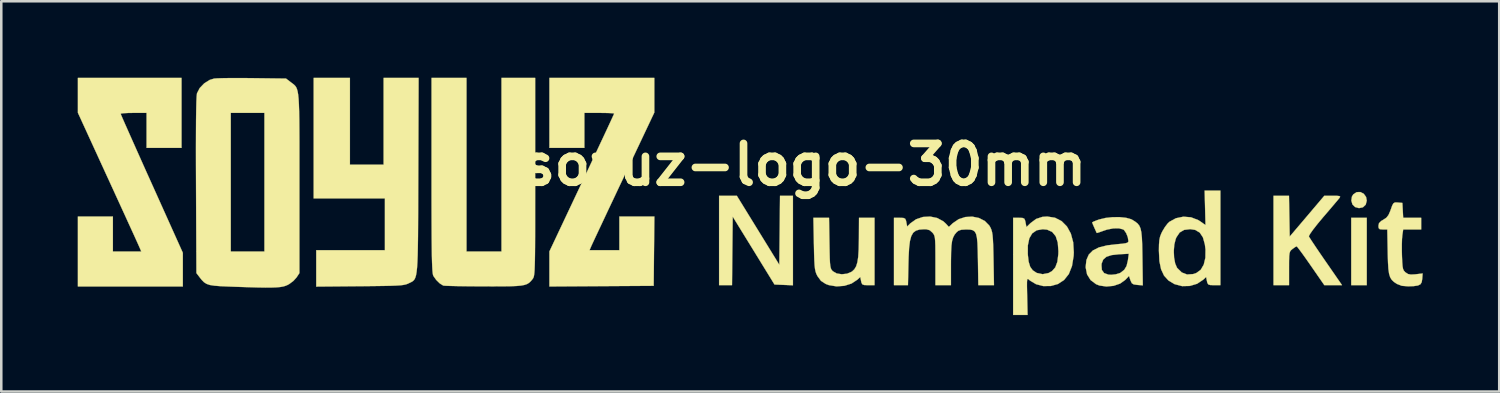
<source format=kicad_pcb>
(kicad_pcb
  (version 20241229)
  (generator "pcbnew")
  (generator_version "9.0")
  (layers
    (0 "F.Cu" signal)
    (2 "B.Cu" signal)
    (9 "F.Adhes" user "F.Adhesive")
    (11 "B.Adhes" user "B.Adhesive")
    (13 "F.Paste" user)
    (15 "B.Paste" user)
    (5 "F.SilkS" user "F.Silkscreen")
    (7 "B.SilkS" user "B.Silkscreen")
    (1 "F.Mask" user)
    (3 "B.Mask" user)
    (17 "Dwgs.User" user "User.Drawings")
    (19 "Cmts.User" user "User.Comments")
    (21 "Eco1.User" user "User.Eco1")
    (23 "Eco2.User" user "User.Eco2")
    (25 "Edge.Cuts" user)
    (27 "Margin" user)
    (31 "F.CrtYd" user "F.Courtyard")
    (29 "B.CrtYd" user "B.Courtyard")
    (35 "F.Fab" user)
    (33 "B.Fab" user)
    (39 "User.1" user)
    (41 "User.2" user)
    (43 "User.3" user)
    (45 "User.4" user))
  (footprint "soyuz-logo-30mm"
    (layer "F.Cu")
    (at 28.504 3.409)
    (property "Reference" "soyuz-logo-30mm" (at 0 0 0) (layer "F.SilkS") (effects (font (size 1.524 1.524) (thickness 0.3))))
    (attr through_hole)
    (fp_poly (pts (xy 22.047 4.724) (xy 21.438 4.724) (xy 21.438 2.083) (xy 22.047 2.083) (xy 22.047 4.724)) (stroke (width 0.01) (type solid)) (fill yes) (layer "F.SilkS"))
    (fp_poly (pts (xy 21.929 1.139) (xy 22.02 1.265) (xy 22.047 1.407) (xy 22.006 1.568) (xy 21.896 1.671) (xy 21.743 1.703) (xy 21.59 1.661) (xy 21.486 1.559) (xy 21.442 1.41) (xy 21.464 1.254) (xy 21.518 1.164) (xy 21.652 1.076) (xy 21.798 1.072) (xy 21.929 1.139)) (stroke (width 0.01) (type solid)) (fill yes) (layer "F.SilkS"))
    (fp_poly (pts (xy -0.991 3.925) (xy -0.977 2.572) (xy -0.964 1.219) (xy -0.457 1.219) (xy -0.457 4.729) (xy -0.818 4.714) (xy -1.18 4.699) (xy -1.999 3.367) (xy -2.819 2.036) (xy -2.833 3.38) (xy -2.846 4.724) (xy -3.353 4.724) (xy -3.353 1.219) (xy -2.657 1.219) (xy -0.991 3.925)) (stroke (width 0.01) (type solid)) (fill yes) (layer "F.SilkS"))
    (fp_poly (pts (xy -24.435 -0.66) (xy -25.806 -0.66) (xy -25.806 -2.032) (xy -26.314 -2.032) (xy -26.528 -2.029) (xy -26.697 -2.02) (xy -26.8 -2.008) (xy -26.822 -1.997) (xy -26.802 -1.946) (xy -26.744 -1.81) (xy -26.651 -1.599) (xy -26.527 -1.319) (xy -26.376 -0.98) (xy -26.202 -0.589) (xy -26.008 -0.155) (xy -25.798 0.314) (xy -25.603 0.746) (xy -24.384 3.455) (xy -24.384 4.775) (xy -28.499 4.775) (xy -28.499 2.032) (xy -27.127 2.032) (xy -27.127 3.404) (xy -26.013 3.404) (xy -26.107 3.188) (xy -26.146 3.101) (xy -26.223 2.931) (xy -26.333 2.688) (xy -26.474 2.381) (xy -26.639 2.019) (xy -26.826 1.611) (xy -27.029 1.168) (xy -27.244 0.698) (xy -27.35 0.468) (xy -28.499 -2.037) (xy -28.499 -3.404) (xy -24.435 -3.404) (xy -24.435 -0.66)) (stroke (width 0.01) (type solid)) (fill yes) (layer "F.SilkS"))
    (fp_poly (pts (xy -5.893 -2.047) (xy -7.092 0.488) (xy -7.319 0.967) (xy -7.534 1.423) (xy -7.734 1.845) (xy -7.913 2.227) (xy -8.069 2.557) (xy -8.196 2.828) (xy -8.29 3.03) (xy -8.348 3.155) (xy -8.363 3.188) (xy -8.434 3.353) (xy -7.264 3.353) (xy -7.264 2.032) (xy -5.891 2.032) (xy -5.905 3.391) (xy -5.918 4.75) (xy -10.008 4.776) (xy -10.008 3.403) (xy -8.738 0.711) (xy -8.507 0.222) (xy -8.29 -0.239) (xy -8.091 -0.664) (xy -7.912 -1.045) (xy -7.758 -1.374) (xy -7.633 -1.643) (xy -7.541 -1.843) (xy -7.484 -1.967) (xy -7.468 -2.006) (xy -7.515 -2.016) (xy -7.644 -2.025) (xy -7.835 -2.03) (xy -8.052 -2.032) (xy -8.636 -2.032) (xy -8.636 -0.66) (xy -10.008 -0.66) (xy -10.008 -3.404) (xy -5.893 -3.404) (xy -5.893 -2.047)) (stroke (width 0.01) (type solid)) (fill yes) (layer "F.SilkS"))
    (fp_poly (pts (xy -15.15 0.419) (xy -15.153 1.155) (xy -15.155 1.797) (xy -15.158 2.35) (xy -15.161 2.823) (xy -15.167 3.221) (xy -15.174 3.551) (xy -15.185 3.821) (xy -15.198 4.037) (xy -15.216 4.205) (xy -15.238 4.334) (xy -15.266 4.429) (xy -15.299 4.497) (xy -15.339 4.545) (xy -15.385 4.581) (xy -15.439 4.61) (xy -15.501 4.639) (xy -15.519 4.648) (xy -15.58 4.676) (xy -15.649 4.698) (xy -15.736 4.716) (xy -15.853 4.73) (xy -16.012 4.74) (xy -16.224 4.748) (xy -16.5 4.754) (xy -16.852 4.759) (xy -17.29 4.764) (xy -17.437 4.765) (xy -19.152 4.78) (xy -19.152 3.353) (xy -16.459 3.353) (xy -16.459 1.321) (xy -19.253 1.321) (xy -19.253 -3.404) (xy -17.831 -3.404) (xy -17.831 0) (xy -16.51 0) (xy -16.51 -3.404) (xy -15.823 -3.404) (xy -15.137 -3.404) (xy -15.15 0.419)) (stroke (width 0.01) (type solid)) (fill yes) (layer "F.SilkS"))
    (fp_poly (pts (xy 19.011 2.019) (xy 19.025 2.818) (xy 19.704 2.019) (xy 20.382 1.219) (xy 20.713 1.219) (xy 20.888 1.221) (xy 20.98 1.232) (xy 21.004 1.256) (xy 20.98 1.3) (xy 20.974 1.308) (xy 20.919 1.375) (xy 20.81 1.504) (xy 20.66 1.681) (xy 20.481 1.891) (xy 20.327 2.07) (xy 20.122 2.316) (xy 19.957 2.525) (xy 19.842 2.685) (xy 19.783 2.787) (xy 19.778 2.815) (xy 19.814 2.876) (xy 19.899 3.007) (xy 20.025 3.196) (xy 20.182 3.428) (xy 20.362 3.691) (xy 20.441 3.805) (xy 21.077 4.724) (xy 20.383 4.724) (xy 19.856 3.963) (xy 19.687 3.721) (xy 19.537 3.51) (xy 19.415 3.345) (xy 19.332 3.237) (xy 19.298 3.201) (xy 19.241 3.229) (xy 19.143 3.298) (xy 19.133 3.306) (xy 19.078 3.352) (xy 19.041 3.402) (xy 19.018 3.476) (xy 19.005 3.591) (xy 19 3.766) (xy 18.999 4.022) (xy 18.999 4.068) (xy 18.999 4.724) (xy 18.39 4.724) (xy 18.39 1.219) (xy 18.997 1.219) (xy 19.011 2.019)) (stroke (width 0.01) (type solid)) (fill yes) (layer "F.SilkS"))
    (fp_poly (pts (xy 0.975 3.072) (xy 0.981 3.413) (xy 0.987 3.668) (xy 0.996 3.851) (xy 1.01 3.977) (xy 1.029 4.061) (xy 1.056 4.118) (xy 1.092 4.162) (xy 1.106 4.177) (xy 1.258 4.265) (xy 1.458 4.297) (xy 1.668 4.274) (xy 1.851 4.195) (xy 1.863 4.186) (xy 1.953 4.1) (xy 2.022 3.985) (xy 2.07 3.828) (xy 2.103 3.615) (xy 2.121 3.331) (xy 2.129 2.962) (xy 2.13 2.883) (xy 2.134 2.083) (xy 2.743 2.083) (xy 2.743 4.724) (xy 2.496 4.724) (xy 2.346 4.72) (xy 2.268 4.695) (xy 2.232 4.633) (xy 2.216 4.564) (xy 2.184 4.403) (xy 2.069 4.51) (xy 1.84 4.661) (xy 1.558 4.75) (xy 1.253 4.772) (xy 0.955 4.723) (xy 0.828 4.676) (xy 0.641 4.554) (xy 0.505 4.369) (xy 0.5 4.36) (xy 0.46 4.278) (xy 0.431 4.193) (xy 0.409 4.088) (xy 0.393 3.948) (xy 0.382 3.757) (xy 0.373 3.497) (xy 0.366 3.154) (xy 0.365 3.111) (xy 0.345 2.083) (xy 0.959 2.083) (xy 0.975 3.072)) (stroke (width 0.01) (type solid)) (fill yes) (layer "F.SilkS"))
    (fp_poly (pts (xy 23.266 1.484) (xy 23.444 1.499) (xy 23.475 2.083) (xy 24.181 2.083) (xy 24.181 2.54) (xy 23.476 2.54) (xy 23.442 2.768) (xy 23.429 2.915) (xy 23.423 3.13) (xy 23.423 3.381) (xy 23.427 3.56) (xy 23.437 3.809) (xy 23.45 3.977) (xy 23.47 4.086) (xy 23.502 4.156) (xy 23.55 4.209) (xy 23.572 4.227) (xy 23.668 4.288) (xy 23.779 4.309) (xy 23.946 4.3) (xy 23.968 4.297) (xy 24.238 4.266) (xy 24.222 4.48) (xy 24.202 4.607) (xy 24.152 4.69) (xy 24.053 4.738) (xy 23.888 4.762) (xy 23.673 4.77) (xy 23.422 4.75) (xy 23.231 4.676) (xy 23.231 4.676) (xy 23.115 4.599) (xy 23.028 4.517) (xy 22.966 4.416) (xy 22.923 4.279) (xy 22.896 4.092) (xy 22.88 3.837) (xy 22.87 3.499) (xy 22.869 3.419) (xy 22.852 2.54) (xy 22.678 2.54) (xy 22.56 2.531) (xy 22.513 2.486) (xy 22.505 2.4) (xy 22.527 2.293) (xy 22.612 2.208) (xy 22.695 2.159) (xy 22.815 2.08) (xy 22.898 1.975) (xy 22.97 1.811) (xy 22.987 1.763) (xy 23.045 1.601) (xy 23.093 1.515) (xy 23.151 1.482) (xy 23.242 1.482) (xy 23.266 1.484)) (stroke (width 0.01) (type solid)) (fill yes) (layer "F.SilkS"))
    (fp_poly (pts (xy -13.259 3.404) (xy -11.887 3.404) (xy -11.887 -3.404) (xy -10.566 -3.404) (xy -10.566 0.476) (xy -10.566 1.195) (xy -10.567 1.82) (xy -10.567 2.357) (xy -10.568 2.813) (xy -10.57 3.195) (xy -10.573 3.511) (xy -10.577 3.767) (xy -10.583 3.969) (xy -10.589 4.126) (xy -10.598 4.244) (xy -10.608 4.329) (xy -10.62 4.389) (xy -10.635 4.431) (xy -10.652 4.462) (xy -10.671 4.489) (xy -10.672 4.49) (xy -10.737 4.568) (xy -10.802 4.63) (xy -10.879 4.678) (xy -10.98 4.714) (xy -11.117 4.74) (xy -11.301 4.757) (xy -11.544 4.767) (xy -11.857 4.771) (xy -12.252 4.772) (xy -12.583 4.771) (xy -12.968 4.769) (xy -13.322 4.766) (xy -13.632 4.761) (xy -13.884 4.755) (xy -14.065 4.749) (xy -14.162 4.742) (xy -14.173 4.739) (xy -14.305 4.658) (xy -14.445 4.522) (xy -14.554 4.368) (xy -14.559 4.359) (xy -14.573 4.318) (xy -14.585 4.25) (xy -14.595 4.146) (xy -14.603 4) (xy -14.611 3.806) (xy -14.617 3.558) (xy -14.621 3.248) (xy -14.625 2.871) (xy -14.627 2.42) (xy -14.629 1.887) (xy -14.63 1.267) (xy -14.63 0.554) (xy -14.63 0.409) (xy -14.63 -3.404) (xy -13.259 -3.404) (xy -13.259 3.404)) (stroke (width 0.01) (type solid)) (fill yes) (layer "F.SilkS"))
    (fp_poly (pts (xy 9.821 2.08) (xy 10.081 2.213) (xy 10.289 2.423) (xy 10.442 2.702) (xy 10.534 3.044) (xy 10.558 3.44) (xy 10.551 3.581) (xy 10.487 3.974) (xy 10.363 4.287) (xy 10.176 4.522) (xy 9.935 4.679) (xy 9.654 4.758) (xy 9.357 4.759) (xy 9.076 4.686) (xy 8.838 4.543) (xy 8.814 4.522) (xy 8.775 4.487) (xy 8.747 4.479) (xy 8.73 4.51) (xy 8.722 4.596) (xy 8.721 4.748) (xy 8.725 4.981) (xy 8.729 5.159) (xy 8.745 5.893) (xy 8.179 5.893) (xy 8.179 3.52) (xy 8.754 3.52) (xy 8.786 3.801) (xy 8.847 4.002) (xy 8.947 4.141) (xy 9.094 4.238) (xy 9.11 4.246) (xy 9.336 4.294) (xy 9.566 4.25) (xy 9.703 4.173) (xy 9.831 4.028) (xy 9.913 3.81) (xy 9.951 3.51) (xy 9.954 3.389) (xy 9.929 3.055) (xy 9.848 2.805) (xy 9.709 2.636) (xy 9.51 2.547) (xy 9.338 2.531) (xy 9.103 2.572) (xy 8.928 2.691) (xy 8.813 2.888) (xy 8.755 3.167) (xy 8.754 3.52) (xy 8.179 3.52) (xy 8.179 2.083) (xy 8.405 2.083) (xy 8.546 2.088) (xy 8.617 2.118) (xy 8.651 2.196) (xy 8.665 2.264) (xy 8.7 2.446) (xy 8.858 2.293) (xy 9.08 2.127) (xy 9.327 2.046) (xy 9.516 2.033) (xy 9.821 2.08)) (stroke (width 0.01) (type solid)) (fill yes) (layer "F.SilkS"))
    (fp_poly (pts (xy 16.307 4.724) (xy 16.059 4.724) (xy 15.91 4.72) (xy 15.832 4.695) (xy 15.795 4.633) (xy 15.779 4.564) (xy 15.747 4.403) (xy 15.633 4.51) (xy 15.392 4.67) (xy 15.107 4.755) (xy 14.806 4.762) (xy 14.516 4.686) (xy 14.501 4.68) (xy 14.268 4.539) (xy 14.097 4.35) (xy 13.981 4.102) (xy 13.915 3.784) (xy 13.896 3.388) (xy 14.479 3.388) (xy 14.491 3.647) (xy 14.534 3.876) (xy 14.606 4.042) (xy 14.611 4.049) (xy 14.792 4.226) (xy 14.999 4.306) (xy 15.236 4.29) (xy 15.365 4.246) (xy 15.536 4.121) (xy 15.654 3.919) (xy 15.718 3.651) (xy 15.723 3.328) (xy 15.698 3.126) (xy 15.622 2.851) (xy 15.497 2.663) (xy 15.318 2.557) (xy 15.124 2.528) (xy 14.885 2.557) (xy 14.71 2.659) (xy 14.583 2.846) (xy 14.553 2.916) (xy 14.499 3.134) (xy 14.479 3.388) (xy 13.896 3.388) (xy 13.895 3.383) (xy 13.895 3.378) (xy 13.899 3.132) (xy 13.913 2.957) (xy 13.941 2.822) (xy 13.989 2.697) (xy 14.033 2.609) (xy 14.133 2.443) (xy 14.242 2.301) (xy 14.302 2.243) (xy 14.562 2.1) (xy 14.855 2.039) (xy 15.155 2.063) (xy 15.436 2.171) (xy 15.511 2.218) (xy 15.723 2.368) (xy 15.706 1.692) (xy 15.689 1.016) (xy 16.307 1.016) (xy 16.307 4.724)) (stroke (width 0.01) (type solid)) (fill yes) (layer "F.SilkS"))
    (fp_poly (pts (xy -21.919 -3.397) (xy -21.637 -3.394) (xy -20.337 -3.378) (xy -20.151 -3.236) (xy -20.087 -3.188) (xy -20.031 -3.145) (xy -19.984 -3.1) (xy -19.943 -3.045) (xy -19.91 -2.973) (xy -19.883 -2.877) (xy -19.861 -2.749) (xy -19.844 -2.582) (xy -19.832 -2.369) (xy -19.823 -2.102) (xy -19.817 -1.775) (xy -19.814 -1.379) (xy -19.812 -0.909) (xy -19.812 -0.355) (xy -19.812 0.288) (xy -19.812 0.727) (xy -19.812 4.252) (xy -19.927 4.425) (xy -20.045 4.555) (xy -20.205 4.676) (xy -20.268 4.712) (xy -20.348 4.747) (xy -20.44 4.775) (xy -20.555 4.796) (xy -20.703 4.81) (xy -20.895 4.817) (xy -21.141 4.819) (xy -21.451 4.814) (xy -21.837 4.803) (xy -22.308 4.788) (xy -22.581 4.778) (xy -22.906 4.764) (xy -23.148 4.745) (xy -23.325 4.717) (xy -23.454 4.673) (xy -23.555 4.608) (xy -23.644 4.517) (xy -23.709 4.436) (xy -23.851 4.25) (xy -23.866 0.817) (xy -23.869 0.02) (xy -23.87 -0.676) (xy -23.868 -1.272) (xy -23.865 -1.77) (xy -23.861 -2.032) (xy -22.504 -2.032) (xy -22.504 3.404) (xy -21.184 3.404) (xy -21.184 -2.032) (xy -22.504 -2.032) (xy -23.861 -2.032) (xy -23.859 -2.169) (xy -23.852 -2.472) (xy -23.842 -2.679) (xy -23.83 -2.79) (xy -23.828 -2.801) (xy -23.722 -3.006) (xy -23.546 -3.189) (xy -23.332 -3.324) (xy -23.156 -3.378) (xy -23.045 -3.386) (xy -22.849 -3.393) (xy -22.585 -3.397) (xy -22.269 -3.398) (xy -21.919 -3.397)) (stroke (width 0.01) (type solid)) (fill yes) (layer "F.SilkS"))
    (fp_poly (pts (xy 5.199 2.09) (xy 5.44 2.22) (xy 5.534 2.306) (xy 5.658 2.44) (xy 5.813 2.294) (xy 6.043 2.137) (xy 6.305 2.052) (xy 6.577 2.037) (xy 6.839 2.09) (xy 7.069 2.208) (xy 7.245 2.388) (xy 7.289 2.464) (xy 7.324 2.545) (xy 7.351 2.639) (xy 7.371 2.76) (xy 7.385 2.926) (xy 7.396 3.151) (xy 7.404 3.452) (xy 7.409 3.696) (xy 7.427 4.724) (xy 6.813 4.724) (xy 6.798 3.739) (xy 6.79 3.36) (xy 6.779 3.071) (xy 6.758 2.859) (xy 6.724 2.713) (xy 6.671 2.62) (xy 6.595 2.568) (xy 6.492 2.545) (xy 6.355 2.54) (xy 6.326 2.54) (xy 6.146 2.551) (xy 6.028 2.593) (xy 5.956 2.654) (xy 5.88 2.748) (xy 5.824 2.856) (xy 5.784 2.993) (xy 5.759 3.176) (xy 5.746 3.421) (xy 5.741 3.746) (xy 5.74 3.89) (xy 5.74 4.724) (xy 5.131 4.724) (xy 5.131 3.762) (xy 5.13 3.426) (xy 5.128 3.176) (xy 5.121 2.997) (xy 5.11 2.873) (xy 5.091 2.789) (xy 5.064 2.729) (xy 5.026 2.678) (xy 5.014 2.664) (xy 4.906 2.569) (xy 4.774 2.533) (xy 4.686 2.531) (xy 4.506 2.544) (xy 4.366 2.586) (xy 4.26 2.667) (xy 4.184 2.799) (xy 4.132 2.993) (xy 4.099 3.26) (xy 4.08 3.611) (xy 4.073 3.848) (xy 4.054 4.724) (xy 3.505 4.724) (xy 3.505 2.083) (xy 3.731 2.083) (xy 3.872 2.088) (xy 3.944 2.118) (xy 3.978 2.194) (xy 3.99 2.254) (xy 4.022 2.425) (xy 4.145 2.302) (xy 4.373 2.14) (xy 4.641 2.05) (xy 4.925 2.034) (xy 5.199 2.09)) (stroke (width 0.01) (type solid)) (fill yes) (layer "F.SilkS"))
    (fp_poly (pts (xy 12.607 2.083) (xy 12.805 2.138) (xy 12.847 2.159) (xy 12.966 2.233) (xy 13.058 2.305) (xy 13.127 2.391) (xy 13.175 2.503) (xy 13.207 2.656) (xy 13.228 2.864) (xy 13.24 3.141) (xy 13.247 3.501) (xy 13.249 3.639) (xy 13.264 4.731) (xy 13.05 4.715) (xy 12.909 4.695) (xy 12.833 4.648) (xy 12.785 4.547) (xy 12.779 4.532) (xy 12.723 4.364) (xy 12.575 4.519) (xy 12.373 4.663) (xy 12.116 4.751) (xy 11.837 4.777) (xy 11.567 4.739) (xy 11.431 4.686) (xy 11.217 4.525) (xy 11.078 4.302) (xy 11.024 4.032) (xy 11.024 4.003) (xy 11.031 3.934) (xy 11.643 3.934) (xy 11.658 4.127) (xy 11.747 4.251) (xy 11.912 4.311) (xy 12.027 4.318) (xy 12.203 4.299) (xy 12.36 4.252) (xy 12.392 4.236) (xy 12.537 4.122) (xy 12.627 3.972) (xy 12.679 3.756) (xy 12.683 3.727) (xy 12.715 3.493) (xy 12.329 3.513) (xy 12.04 3.545) (xy 11.838 3.611) (xy 11.712 3.719) (xy 11.65 3.875) (xy 11.643 3.934) (xy 11.031 3.934) (xy 11.053 3.737) (xy 11.145 3.526) (xy 11.306 3.363) (xy 11.545 3.243) (xy 11.868 3.163) (xy 12.244 3.119) (xy 12.465 3.099) (xy 12.602 3.078) (xy 12.674 3.05) (xy 12.699 3.011) (xy 12.7 2.997) (xy 12.675 2.842) (xy 12.612 2.684) (xy 12.531 2.567) (xy 12.495 2.539) (xy 12.329 2.495) (xy 12.106 2.498) (xy 11.858 2.546) (xy 11.726 2.59) (xy 11.581 2.642) (xy 11.483 2.674) (xy 11.457 2.678) (xy 11.435 2.63) (xy 11.386 2.521) (xy 11.365 2.475) (xy 11.311 2.351) (xy 11.28 2.273) (xy 11.278 2.263) (xy 11.321 2.237) (xy 11.434 2.191) (xy 11.544 2.151) (xy 11.789 2.09) (xy 12.068 2.059) (xy 12.351 2.056) (xy 12.607 2.083)) (stroke (width 0.01) (type solid)) (fill yes) (layer "F.SilkS")))
  (gr_rect
    (start -3 -3)
    (end 55.746 12.306)
    (stroke (width 0.1) (type default))
    (fill no)
    (layer "Edge.Cuts")))
</source>
